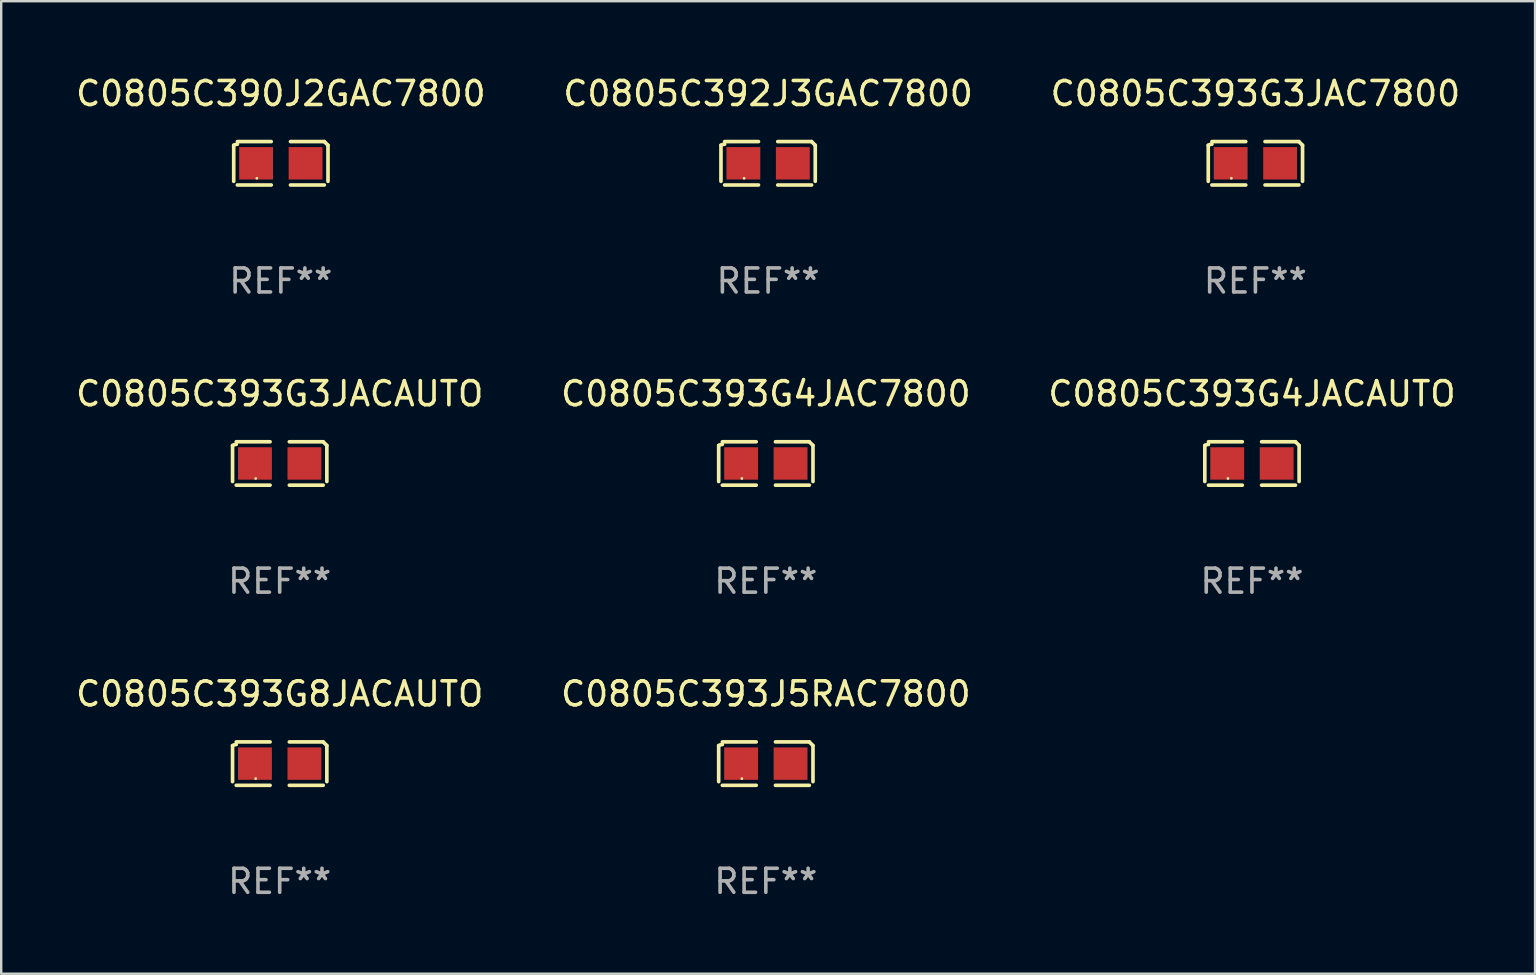
<source format=kicad_pcb>
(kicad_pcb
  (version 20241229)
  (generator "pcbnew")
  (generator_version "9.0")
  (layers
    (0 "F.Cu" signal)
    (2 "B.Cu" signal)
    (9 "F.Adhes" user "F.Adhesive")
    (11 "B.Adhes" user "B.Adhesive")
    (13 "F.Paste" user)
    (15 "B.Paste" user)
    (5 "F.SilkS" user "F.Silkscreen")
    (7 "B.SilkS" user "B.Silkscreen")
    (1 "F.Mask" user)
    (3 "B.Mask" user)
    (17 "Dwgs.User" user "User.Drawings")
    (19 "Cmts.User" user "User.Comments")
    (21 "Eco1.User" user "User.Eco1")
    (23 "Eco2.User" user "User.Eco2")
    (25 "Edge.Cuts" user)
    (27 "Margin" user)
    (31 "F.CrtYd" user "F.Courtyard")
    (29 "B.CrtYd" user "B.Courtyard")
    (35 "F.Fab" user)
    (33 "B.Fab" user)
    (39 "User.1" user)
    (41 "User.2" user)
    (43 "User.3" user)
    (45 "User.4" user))
  (footprint "C0805C393J5RAC7800"
    (layer "F.Cu")
    (at 28.851 28.759)
    (property "Reference" "C0805C393J5RAC7800" (at 0 -2.904 0) (layer "F.SilkS") (effects (font (size 1 1) (thickness 0.15))))
    (attr through_hole)
    (fp_line (start -1.964 0.751) (end -1.964 -0.751) (stroke (width 0.152) (type solid)) (layer "F.SilkS"))
    (fp_line (start -1.811 -0.904) (end -0.401 -0.904) (stroke (width 0.152) (type solid)) (layer "F.SilkS"))
    (fp_line (start -0.401 0.904) (end -1.811 0.904) (stroke (width 0.152) (type solid)) (layer "F.SilkS"))
    (fp_line (start 0.401 0.904) (end 1.811 0.904) (stroke (width 0.152) (type solid)) (layer "F.SilkS"))
    (fp_line (start 1.811 -0.904) (end 0.401 -0.904) (stroke (width 0.152) (type solid)) (layer "F.SilkS"))
    (fp_line (start 1.964 0.751) (end 1.964 -0.751) (stroke (width 0.152) (type solid)) (layer "F.SilkS"))
    (fp_arc (start -1.963602 -0.751207) (mid -1.890354 -0.783131) (end -1.811201 -0.794044) (stroke (width 0.1524) (type solid)) (layer "F.SilkS"))
    (fp_arc (start 1.811202 -0.903607) (mid 1.887413 -0.827418) (end 1.963602 -0.751207) (stroke (width 0.1524) (type solid)) (layer "F.SilkS"))
    (fp_circle (center -1 0.625) (end -0.97 0.625) (stroke (width 0.06) (type solid)) (fill no) (layer "F.SilkS"))
    (fp_text user "REF**" (at 0 4.904 0) (layer "F.Fab") (effects (font (size 1 1) (thickness 0.15))))
    (pad "1" smd rect (at -1.03 0) (size 1.41 1.35) (layers "F.Cu" "F.Mask" "F.Paste"))
    (pad "2" smd rect (at 1.03 0) (size 1.41 1.35) (layers "F.Cu" "F.Mask" "F.Paste")))
  (footprint "C0805C393G4JACAUTO"
    (layer "F.Cu")
    (at 49.101 16.256)
    (property "Reference" "C0805C393G4JACAUTO" (at 0 -2.904 0) (layer "F.SilkS") (effects (font (size 1 1) (thickness 0.15))))
    (attr through_hole)
    (fp_line (start -1.964 0.751) (end -1.964 -0.751) (stroke (width 0.152) (type solid)) (layer "F.SilkS"))
    (fp_line (start -1.811 -0.904) (end -0.401 -0.904) (stroke (width 0.152) (type solid)) (layer "F.SilkS"))
    (fp_line (start -0.401 0.904) (end -1.811 0.904) (stroke (width 0.152) (type solid)) (layer "F.SilkS"))
    (fp_line (start 0.401 0.904) (end 1.811 0.904) (stroke (width 0.152) (type solid)) (layer "F.SilkS"))
    (fp_line (start 1.811 -0.904) (end 0.401 -0.904) (stroke (width 0.152) (type solid)) (layer "F.SilkS"))
    (fp_line (start 1.964 0.751) (end 1.964 -0.751) (stroke (width 0.152) (type solid)) (layer "F.SilkS"))
    (fp_arc (start -1.963602 -0.751207) (mid -1.890354 -0.783131) (end -1.811201 -0.794044) (stroke (width 0.1524) (type solid)) (layer "F.SilkS"))
    (fp_arc (start 1.811202 -0.903607) (mid 1.887413 -0.827418) (end 1.963602 -0.751207) (stroke (width 0.1524) (type solid)) (layer "F.SilkS"))
    (fp_circle (center -1 0.625) (end -0.97 0.625) (stroke (width 0.06) (type solid)) (fill no) (layer "F.SilkS"))
    (fp_text user "REF**" (at 0 4.904 0) (layer "F.Fab") (effects (font (size 1 1) (thickness 0.15))))
    (pad "1" smd rect (at -1.03 0) (size 1.41 1.35) (layers "F.Cu" "F.Mask" "F.Paste"))
    (pad "2" smd rect (at 1.03 0) (size 1.41 1.35) (layers "F.Cu" "F.Mask" "F.Paste")))
  (footprint "C0805C393G3JACAUTO"
    (layer "F.Cu")
    (at 8.601 16.256)
    (property "Reference" "C0805C393G3JACAUTO" (at 0 -2.904 0) (layer "F.SilkS") (effects (font (size 1 1) (thickness 0.15))))
    (attr through_hole)
    (fp_line (start -1.964 0.751) (end -1.964 -0.751) (stroke (width 0.152) (type solid)) (layer "F.SilkS"))
    (fp_line (start -1.811 -0.904) (end -0.401 -0.904) (stroke (width 0.152) (type solid)) (layer "F.SilkS"))
    (fp_line (start -0.401 0.904) (end -1.811 0.904) (stroke (width 0.152) (type solid)) (layer "F.SilkS"))
    (fp_line (start 0.401 0.904) (end 1.811 0.904) (stroke (width 0.152) (type solid)) (layer "F.SilkS"))
    (fp_line (start 1.811 -0.904) (end 0.401 -0.904) (stroke (width 0.152) (type solid)) (layer "F.SilkS"))
    (fp_line (start 1.964 0.751) (end 1.964 -0.751) (stroke (width 0.152) (type solid)) (layer "F.SilkS"))
    (fp_arc (start -1.963602 -0.751207) (mid -1.890354 -0.783131) (end -1.811201 -0.794044) (stroke (width 0.1524) (type solid)) (layer "F.SilkS"))
    (fp_arc (start 1.811202 -0.903607) (mid 1.887413 -0.827418) (end 1.963602 -0.751207) (stroke (width 0.1524) (type solid)) (layer "F.SilkS"))
    (fp_circle (center -1 0.625) (end -0.97 0.625) (stroke (width 0.06) (type solid)) (fill no) (layer "F.SilkS"))
    (fp_text user "REF**" (at 0 4.904 0) (layer "F.Fab") (effects (font (size 1 1) (thickness 0.15))))
    (pad "1" smd rect (at -1.03 0) (size 1.41 1.35) (layers "F.Cu" "F.Mask" "F.Paste"))
    (pad "2" smd rect (at 1.03 0) (size 1.41 1.35) (layers "F.Cu" "F.Mask" "F.Paste")))
  (footprint "C0805C390J2GAC7800"
    (layer "F.Cu")
    (at 8.649 3.752)
    (property "Reference" "C0805C390J2GAC7800" (at 0 -2.904 0) (layer "F.SilkS") (effects (font (size 1 1) (thickness 0.15))))
    (attr through_hole)
    (fp_line (start -1.964 0.751) (end -1.964 -0.751) (stroke (width 0.152) (type solid)) (layer "F.SilkS"))
    (fp_line (start -1.811 -0.904) (end -0.401 -0.904) (stroke (width 0.152) (type solid)) (layer "F.SilkS"))
    (fp_line (start -0.401 0.904) (end -1.811 0.904) (stroke (width 0.152) (type solid)) (layer "F.SilkS"))
    (fp_line (start 0.401 0.904) (end 1.811 0.904) (stroke (width 0.152) (type solid)) (layer "F.SilkS"))
    (fp_line (start 1.811 -0.904) (end 0.401 -0.904) (stroke (width 0.152) (type solid)) (layer "F.SilkS"))
    (fp_line (start 1.964 0.751) (end 1.964 -0.751) (stroke (width 0.152) (type solid)) (layer "F.SilkS"))
    (fp_arc (start -1.963602 -0.751207) (mid -1.890354 -0.783131) (end -1.811201 -0.794044) (stroke (width 0.1524) (type solid)) (layer "F.SilkS"))
    (fp_arc (start 1.811202 -0.903607) (mid 1.887413 -0.827418) (end 1.963602 -0.751207) (stroke (width 0.1524) (type solid)) (layer "F.SilkS"))
    (fp_circle (center -1 0.625) (end -0.97 0.625) (stroke (width 0.06) (type solid)) (fill no) (layer "F.SilkS"))
    (fp_text user "REF**" (at 0 4.904 0) (layer "F.Fab") (effects (font (size 1 1) (thickness 0.15))))
    (pad "1" smd rect (at -1.03 0) (size 1.41 1.35) (layers "F.Cu" "F.Mask" "F.Paste"))
    (pad "2" smd rect (at 1.03 0) (size 1.41 1.35) (layers "F.Cu" "F.Mask" "F.Paste")))
  (footprint "C0805C392J3GAC7800"
    (layer "F.Cu")
    (at 28.946 3.752)
    (property "Reference" "C0805C392J3GAC7800" (at 0 -2.904 0) (layer "F.SilkS") (effects (font (size 1 1) (thickness 0.15))))
    (attr through_hole)
    (fp_line (start -1.964 0.751) (end -1.964 -0.751) (stroke (width 0.152) (type solid)) (layer "F.SilkS"))
    (fp_line (start -1.811 -0.904) (end -0.401 -0.904) (stroke (width 0.152) (type solid)) (layer "F.SilkS"))
    (fp_line (start -0.401 0.904) (end -1.811 0.904) (stroke (width 0.152) (type solid)) (layer "F.SilkS"))
    (fp_line (start 0.401 0.904) (end 1.811 0.904) (stroke (width 0.152) (type solid)) (layer "F.SilkS"))
    (fp_line (start 1.811 -0.904) (end 0.401 -0.904) (stroke (width 0.152) (type solid)) (layer "F.SilkS"))
    (fp_line (start 1.964 0.751) (end 1.964 -0.751) (stroke (width 0.152) (type solid)) (layer "F.SilkS"))
    (fp_arc (start -1.963602 -0.751207) (mid -1.890354 -0.783131) (end -1.811201 -0.794044) (stroke (width 0.1524) (type solid)) (layer "F.SilkS"))
    (fp_arc (start 1.811202 -0.903607) (mid 1.887413 -0.827418) (end 1.963602 -0.751207) (stroke (width 0.1524) (type solid)) (layer "F.SilkS"))
    (fp_circle (center -1 0.625) (end -0.97 0.625) (stroke (width 0.06) (type solid)) (fill no) (layer "F.SilkS"))
    (fp_text user "REF**" (at 0 4.904 0) (layer "F.Fab") (effects (font (size 1 1) (thickness 0.15))))
    (pad "1" smd rect (at -1.03 0) (size 1.41 1.35) (layers "F.Cu" "F.Mask" "F.Paste"))
    (pad "2" smd rect (at 1.03 0) (size 1.41 1.35) (layers "F.Cu" "F.Mask" "F.Paste")))
  (footprint "C0805C393G8JACAUTO"
    (layer "F.Cu")
    (at 8.601 28.759)
    (property "Reference" "C0805C393G8JACAUTO" (at 0 -2.904 0) (layer "F.SilkS") (effects (font (size 1 1) (thickness 0.15))))
    (attr through_hole)
    (fp_line (start -1.964 0.751) (end -1.964 -0.751) (stroke (width 0.152) (type solid)) (layer "F.SilkS"))
    (fp_line (start -1.811 -0.904) (end -0.401 -0.904) (stroke (width 0.152) (type solid)) (layer "F.SilkS"))
    (fp_line (start -0.401 0.904) (end -1.811 0.904) (stroke (width 0.152) (type solid)) (layer "F.SilkS"))
    (fp_line (start 0.401 0.904) (end 1.811 0.904) (stroke (width 0.152) (type solid)) (layer "F.SilkS"))
    (fp_line (start 1.811 -0.904) (end 0.401 -0.904) (stroke (width 0.152) (type solid)) (layer "F.SilkS"))
    (fp_line (start 1.964 0.751) (end 1.964 -0.751) (stroke (width 0.152) (type solid)) (layer "F.SilkS"))
    (fp_arc (start -1.963602 -0.751207) (mid -1.890354 -0.783131) (end -1.811201 -0.794044) (stroke (width 0.1524) (type solid)) (layer "F.SilkS"))
    (fp_arc (start 1.811202 -0.903607) (mid 1.887413 -0.827418) (end 1.963602 -0.751207) (stroke (width 0.1524) (type solid)) (layer "F.SilkS"))
    (fp_circle (center -1 0.625) (end -0.97 0.625) (stroke (width 0.06) (type solid)) (fill no) (layer "F.SilkS"))
    (fp_text user "REF**" (at 0 4.904 0) (layer "F.Fab") (effects (font (size 1 1) (thickness 0.15))))
    (pad "1" smd rect (at -1.03 0) (size 1.41 1.35) (layers "F.Cu" "F.Mask" "F.Paste"))
    (pad "2" smd rect (at 1.03 0) (size 1.41 1.35) (layers "F.Cu" "F.Mask" "F.Paste")))
  (footprint "C0805C393G3JAC7800"
    (layer "F.Cu")
    (at 49.244 3.752)
    (property "Reference" "C0805C393G3JAC7800" (at 0 -2.904 0) (layer "F.SilkS") (effects (font (size 1 1) (thickness 0.15))))
    (attr through_hole)
    (fp_line (start -1.964 0.751) (end -1.964 -0.751) (stroke (width 0.152) (type solid)) (layer "F.SilkS"))
    (fp_line (start -1.811 -0.904) (end -0.401 -0.904) (stroke (width 0.152) (type solid)) (layer "F.SilkS"))
    (fp_line (start -0.401 0.904) (end -1.811 0.904) (stroke (width 0.152) (type solid)) (layer "F.SilkS"))
    (fp_line (start 0.401 0.904) (end 1.811 0.904) (stroke (width 0.152) (type solid)) (layer "F.SilkS"))
    (fp_line (start 1.811 -0.904) (end 0.401 -0.904) (stroke (width 0.152) (type solid)) (layer "F.SilkS"))
    (fp_line (start 1.964 0.751) (end 1.964 -0.751) (stroke (width 0.152) (type solid)) (layer "F.SilkS"))
    (fp_arc (start -1.963602 -0.751207) (mid -1.890354 -0.783131) (end -1.811201 -0.794044) (stroke (width 0.1524) (type solid)) (layer "F.SilkS"))
    (fp_arc (start 1.811202 -0.903607) (mid 1.887413 -0.827418) (end 1.963602 -0.751207) (stroke (width 0.1524) (type solid)) (layer "F.SilkS"))
    (fp_circle (center -1 0.625) (end -0.97 0.625) (stroke (width 0.06) (type solid)) (fill no) (layer "F.SilkS"))
    (fp_text user "REF**" (at 0 4.904 0) (layer "F.Fab") (effects (font (size 1 1) (thickness 0.15))))
    (pad "1" smd rect (at -1.03 0) (size 1.41 1.35) (layers "F.Cu" "F.Mask" "F.Paste"))
    (pad "2" smd rect (at 1.03 0) (size 1.41 1.35) (layers "F.Cu" "F.Mask" "F.Paste")))
  (footprint "C0805C393G4JAC7800"
    (layer "F.Cu")
    (at 28.851 16.256)
    (property "Reference" "C0805C393G4JAC7800" (at 0 -2.904 0) (layer "F.SilkS") (effects (font (size 1 1) (thickness 0.15))))
    (attr through_hole)
    (fp_line (start -1.964 0.751) (end -1.964 -0.751) (stroke (width 0.152) (type solid)) (layer "F.SilkS"))
    (fp_line (start -1.811 -0.904) (end -0.401 -0.904) (stroke (width 0.152) (type solid)) (layer "F.SilkS"))
    (fp_line (start -0.401 0.904) (end -1.811 0.904) (stroke (width 0.152) (type solid)) (layer "F.SilkS"))
    (fp_line (start 0.401 0.904) (end 1.811 0.904) (stroke (width 0.152) (type solid)) (layer "F.SilkS"))
    (fp_line (start 1.811 -0.904) (end 0.401 -0.904) (stroke (width 0.152) (type solid)) (layer "F.SilkS"))
    (fp_line (start 1.964 0.751) (end 1.964 -0.751) (stroke (width 0.152) (type solid)) (layer "F.SilkS"))
    (fp_arc (start -1.963602 -0.751207) (mid -1.890354 -0.783131) (end -1.811201 -0.794044) (stroke (width 0.1524) (type solid)) (layer "F.SilkS"))
    (fp_arc (start 1.811202 -0.903607) (mid 1.887413 -0.827418) (end 1.963602 -0.751207) (stroke (width 0.1524) (type solid)) (layer "F.SilkS"))
    (fp_circle (center -1 0.625) (end -0.97 0.625) (stroke (width 0.06) (type solid)) (fill no) (layer "F.SilkS"))
    (fp_text user "REF**" (at 0 4.904 0) (layer "F.Fab") (effects (font (size 1 1) (thickness 0.15))))
    (pad "1" smd rect (at -1.03 0) (size 1.41 1.35) (layers "F.Cu" "F.Mask" "F.Paste"))
    (pad "2" smd rect (at 1.03 0) (size 1.41 1.35) (layers "F.Cu" "F.Mask" "F.Paste")))
  (gr_rect
    (start -3 -3)
    (end 60.893 37.511)
    (stroke (width 0.1) (type default))
    (fill no)
    (layer "Edge.Cuts")))
</source>
